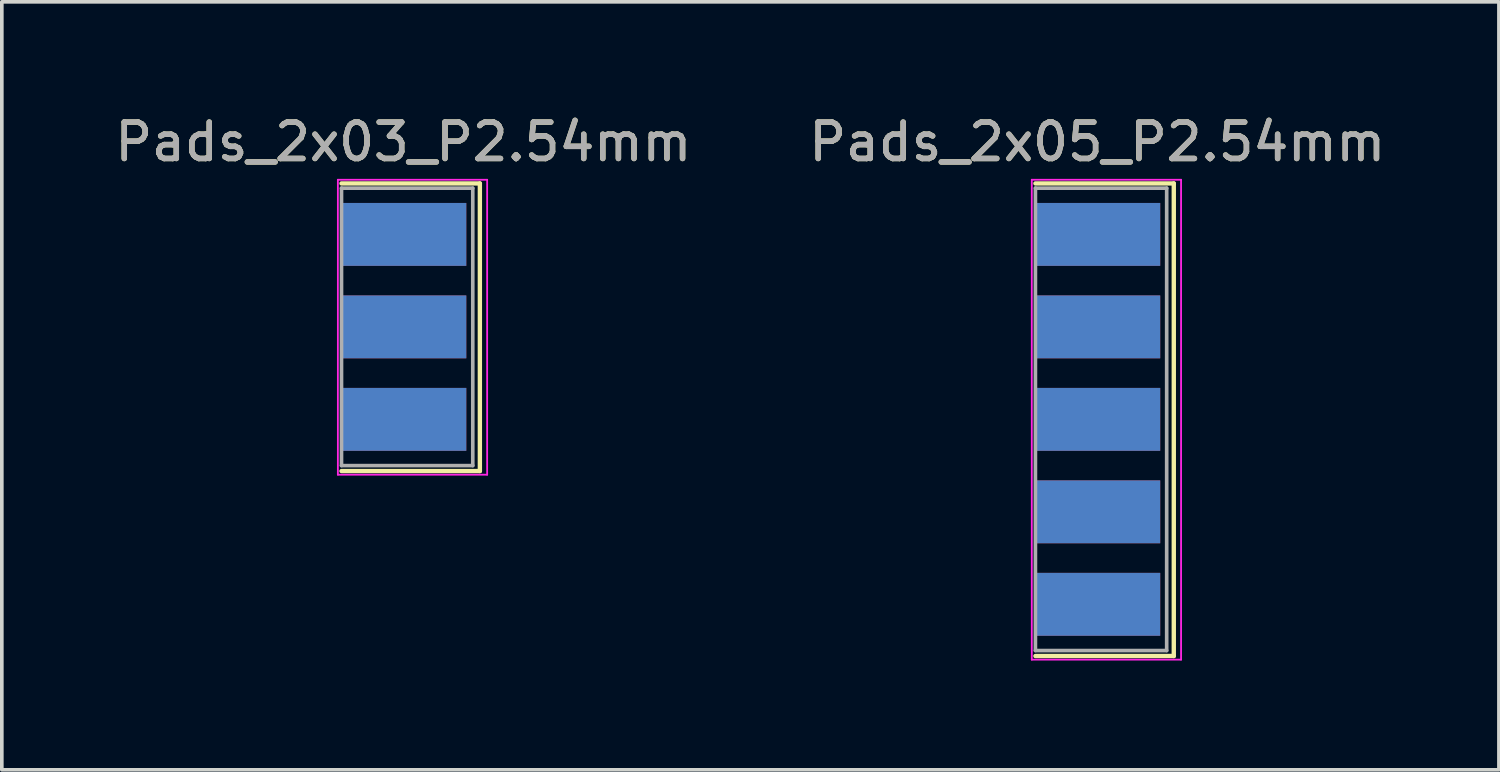
<source format=kicad_pcb>
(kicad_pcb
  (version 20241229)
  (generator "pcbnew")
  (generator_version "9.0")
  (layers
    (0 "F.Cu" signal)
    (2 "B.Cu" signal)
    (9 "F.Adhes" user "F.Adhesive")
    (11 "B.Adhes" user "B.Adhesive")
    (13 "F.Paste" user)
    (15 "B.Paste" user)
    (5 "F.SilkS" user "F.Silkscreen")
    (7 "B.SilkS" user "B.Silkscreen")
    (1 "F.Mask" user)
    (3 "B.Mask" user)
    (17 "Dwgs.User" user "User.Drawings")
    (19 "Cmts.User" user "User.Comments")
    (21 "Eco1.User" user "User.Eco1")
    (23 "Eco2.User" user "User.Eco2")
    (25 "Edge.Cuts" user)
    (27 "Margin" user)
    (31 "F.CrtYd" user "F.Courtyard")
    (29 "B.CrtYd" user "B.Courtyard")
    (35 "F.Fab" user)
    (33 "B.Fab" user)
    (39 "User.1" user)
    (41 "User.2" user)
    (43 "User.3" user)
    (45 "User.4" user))
  (footprint "Pads_2x05_P2.54mm"
    (layer "F.Cu")
    (at 27.089 8.468)
    (property "Reference" "Pads_2x05_P2.54mm" (at 0 -7.62 0) (layer "F.SilkS") (effects (font (size 1 1) (thickness 0.15))))
    (attr smd)
    (fp_line (start -1.7 -6.48) (end 2.1 -6.48) (stroke (width 0.12) (type solid)) (layer "F.SilkS"))
    (fp_line (start 2.1 -6.48) (end 2.1 6.5) (stroke (width 0.12) (type solid)) (layer "F.SilkS"))
    (fp_line (start 2.1 6.5) (end -1.7 6.5) (stroke (width 0.12) (type solid)) (layer "F.SilkS"))
    (fp_line (start -1.8 -6.58) (end 2.3 -6.58) (stroke (width 0.05) (type solid)) (layer "F.CrtYd"))
    (fp_line (start -1.8 6.6) (end -1.8 -6.58) (stroke (width 0.05) (type solid)) (layer "F.CrtYd"))
    (fp_line (start 2.3 -6.58) (end 2.3 6.6) (stroke (width 0.05) (type solid)) (layer "F.CrtYd"))
    (fp_line (start 2.3 6.6) (end -1.8 6.6) (stroke (width 0.05) (type solid)) (layer "F.CrtYd"))
    (fp_line (start -1.7 -6.35) (end -1.7 6.35) (stroke (width 0.1) (type solid)) (layer "F.Fab"))
    (fp_line (start 1.905 -6.35) (end -1.7 -6.35) (stroke (width 0.1) (type solid)) (layer "F.Fab"))
    (fp_line (start 1.905 -6.35) (end 1.905 6.35) (stroke (width 0.1) (type solid)) (layer "F.Fab"))
    (fp_line (start 1.905 6.35) (end -1.7 6.35) (stroke (width 0.1) (type solid)) (layer "F.Fab"))
    (fp_text user "${REFERENCE}" (at 0 -7.62 0) (layer "F.Fab") (effects (font (size 1 1) (thickness 0.15))))
    (pad "1" smd rect (at 0 -5.08) (size 3.454 1.727) (layers "F.Cu" "F.Mask" "F.Paste"))
    (pad "2" smd rect (at 0 -5.08) (size 3.454 1.727) (layers "B.Cu" "B.Mask" "B.Paste"))
    (pad "3" smd rect (at 0 -2.54) (size 3.454 1.727) (layers "F.Cu" "F.Mask" "F.Paste"))
    (pad "4" smd rect (at 0 -2.54) (size 3.454 1.727) (layers "B.Cu" "B.Mask" "B.Paste"))
    (pad "5" smd rect (at 0 0) (size 3.454 1.727) (layers "F.Cu" "F.Mask" "F.Paste"))
    (pad "6" smd rect (at 0 0) (size 3.454 1.727) (layers "B.Cu" "B.Mask" "B.Paste"))
    (pad "7" smd rect (at 0 2.54) (size 3.454 1.727) (layers "F.Cu" "F.Mask" "F.Paste"))
    (pad "8" smd rect (at 0 2.54) (size 3.454 1.727) (layers "B.Cu" "B.Mask" "B.Paste"))
    (pad "9" smd rect (at 0 5.08) (size 3.454 1.727) (layers "F.Cu" "F.Mask" "F.Paste"))
    (pad "10" smd rect (at 0 5.08) (size 3.454 1.727) (layers "B.Cu" "B.Mask" "B.Paste")))
  (footprint "Pads_2x03_P2.54mm"
    (layer "F.Cu")
    (at 8.03 5.928)
    (property "Reference" "Pads_2x03_P2.54mm" (at 0 -5.08 0) (layer "F.SilkS") (effects (font (size 1 1) (thickness 0.15))))
    (attr smd)
    (fp_line (start -1.7 -3.94) (end 2.1 -3.94) (stroke (width 0.12) (type solid)) (layer "F.SilkS"))
    (fp_line (start 2.1 -3.94) (end 2.1 3.96) (stroke (width 0.12) (type solid)) (layer "F.SilkS"))
    (fp_line (start 2.1 3.96) (end -1.7 3.96) (stroke (width 0.12) (type solid)) (layer "F.SilkS"))
    (fp_line (start -1.8 -4.04) (end 2.3 -4.04) (stroke (width 0.05) (type solid)) (layer "F.CrtYd"))
    (fp_line (start -1.8 4.06) (end -1.8 -4.04) (stroke (width 0.05) (type solid)) (layer "F.CrtYd"))
    (fp_line (start 2.3 -4.04) (end 2.3 4.06) (stroke (width 0.05) (type solid)) (layer "F.CrtYd"))
    (fp_line (start 2.3 4.06) (end -1.8 4.06) (stroke (width 0.05) (type solid)) (layer "F.CrtYd"))
    (fp_line (start -1.7 -3.81) (end -1.7 3.81) (stroke (width 0.1) (type solid)) (layer "F.Fab"))
    (fp_line (start 1.905 -3.81) (end -1.7 -3.81) (stroke (width 0.1) (type solid)) (layer "F.Fab"))
    (fp_line (start 1.905 -3.81) (end 1.905 3.81) (stroke (width 0.1) (type solid)) (layer "F.Fab"))
    (fp_line (start 1.905 3.81) (end -1.7 3.81) (stroke (width 0.1) (type solid)) (layer "F.Fab"))
    (fp_text user "${REFERENCE}" (at 0 -5.08 0) (layer "F.Fab") (effects (font (size 1 1) (thickness 0.15))))
    (pad "1" smd rect (at 0 -2.54) (size 3.454 1.727) (layers "F.Cu" "F.Mask" "F.Paste"))
    (pad "2" smd rect (at 0 -2.54) (size 3.454 1.727) (layers "B.Cu" "B.Mask" "B.Paste"))
    (pad "3" smd rect (at 0 0) (size 3.454 1.727) (layers "F.Cu" "F.Mask" "F.Paste"))
    (pad "4" smd rect (at 0 0) (size 3.454 1.727) (layers "B.Cu" "B.Mask" "B.Paste"))
    (pad "5" smd rect (at 0 2.54) (size 3.454 1.727) (layers "F.Cu" "F.Mask" "F.Paste"))
    (pad "6" smd rect (at 0 2.54) (size 3.454 1.727) (layers "B.Cu" "B.Mask" "B.Paste")))
  (gr_rect
    (start -3 -3)
    (end 38.119 18.093)
    (stroke (width 0.1) (type default))
    (fill no)
    (layer "Edge.Cuts")))
</source>
